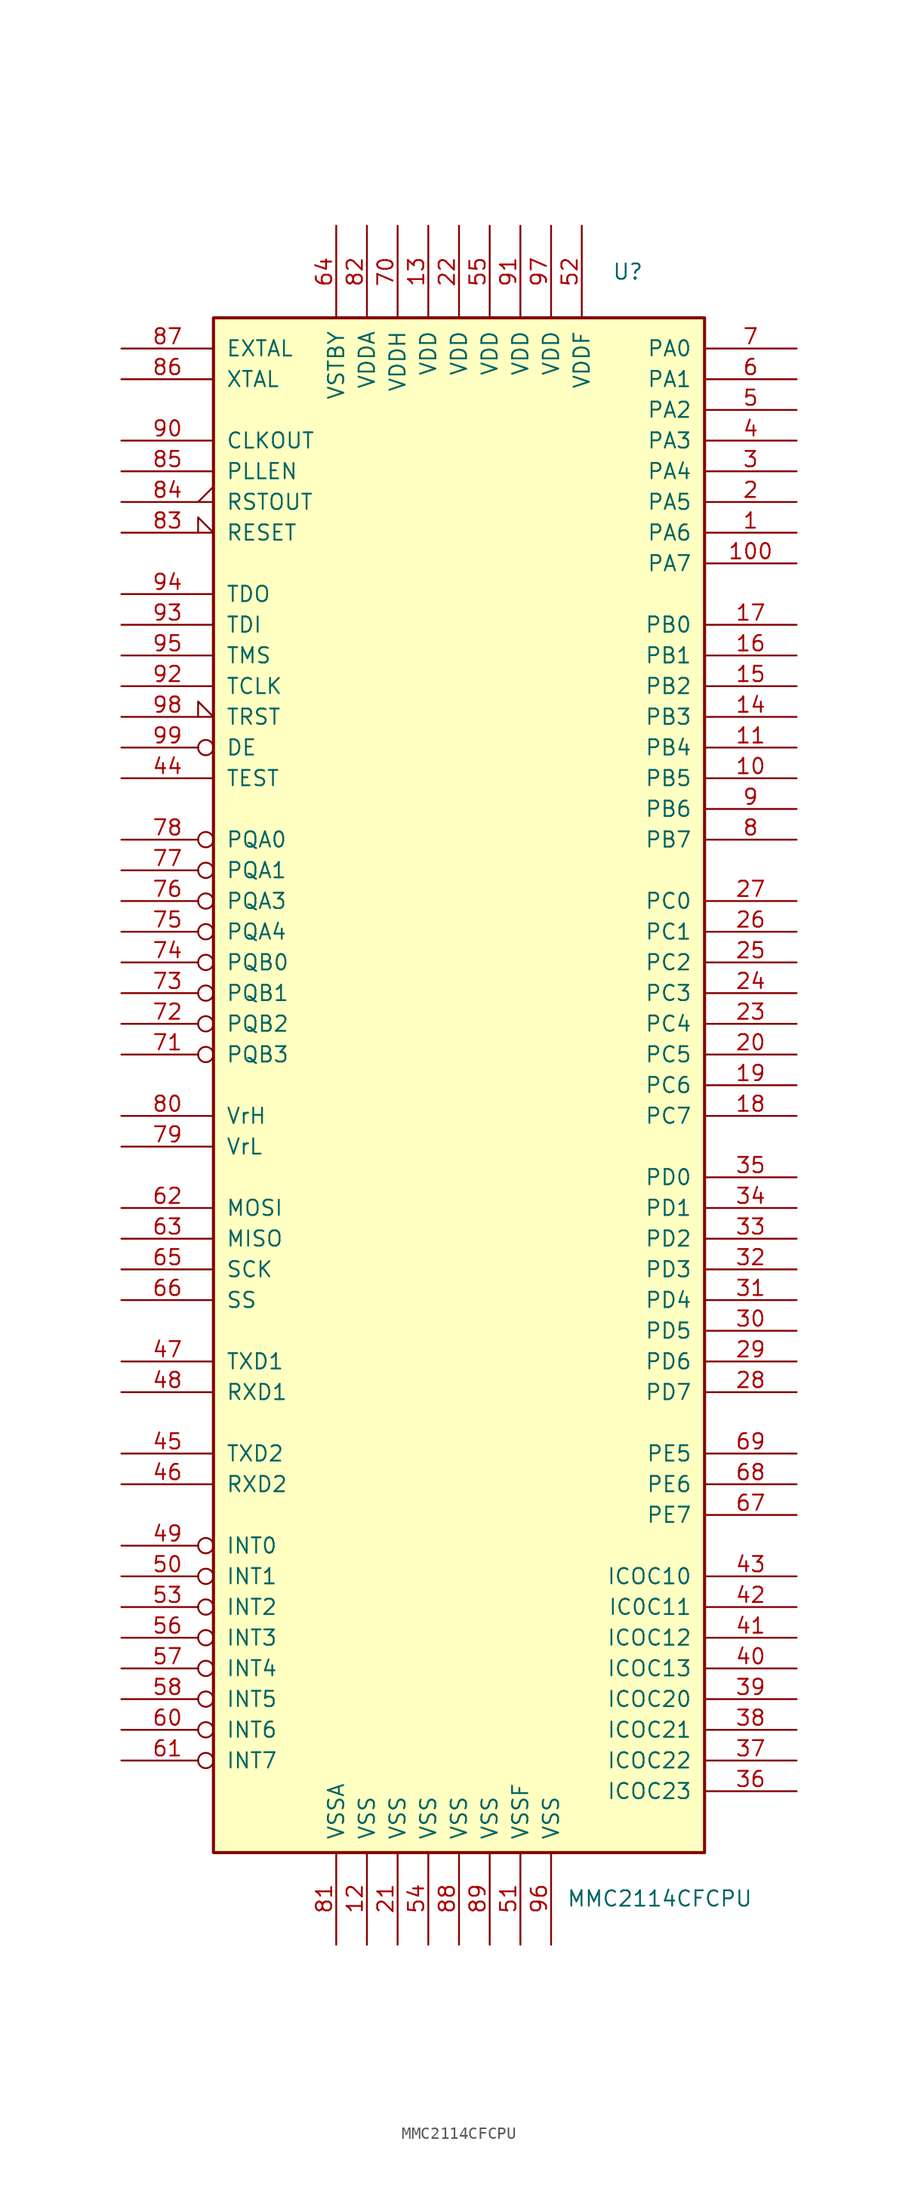
<source format=kicad_sym>
(kicad_symbol_lib
  (version 20201005)
  (generator kicad_symbol_editor)
  (symbol "MMC2114CFCPU"
    (pin_names
      (offset 1.016))
    (property "Reference" "U"
      (at 13.97 67.31 0)
      (effects (font (size 1.27 1.27))))
    (property "Value" "MMC2114CFCPU"
      (at 8.89 -67.31 0)
      (effects (font (size 1.27 1.27)) (justify left)))
    (symbol "MMC2114CFCPU_0_1"
      (rectangle (start -20.32 63.5) (end 20.32 -63.5) (stroke (width 0.254)) (fill (type background))))
    (symbol "MMC2114CFCPU_1_1"
      (pin bidirectional line (at 27.94 45.72 180) (length 7.62) (name "PA6" (effects (font (size 1.27 1.27)))) (number "1" (effects (font (size 1.27 1.27)))))
      (pin bidirectional line (at 27.94 25.4 180) (length 7.62) (name "PB5" (effects (font (size 1.27 1.27)))) (number "10" (effects (font (size 1.27 1.27)))))
      (pin bidirectional line (at 27.94 43.18 180) (length 7.62) (name "PA7" (effects (font (size 1.27 1.27)))) (number "100" (effects (font (size 1.27 1.27)))))
      (pin bidirectional line (at 27.94 27.94 180) (length 7.62) (name "PB4" (effects (font (size 1.27 1.27)))) (number "11" (effects (font (size 1.27 1.27)))))
      (pin power_in line (at -7.62 -71.12 90) (length 7.62) (name "VSS" (effects (font (size 1.27 1.27)))) (number "12" (effects (font (size 1.27 1.27)))))
      (pin power_in line (at -2.54 71.12 270) (length 7.62) (name "VDD" (effects (font (size 1.27 1.27)))) (number "13" (effects (font (size 1.27 1.27)))))
      (pin bidirectional line (at 27.94 30.48 180) (length 7.62) (name "PB3" (effects (font (size 1.27 1.27)))) (number "14" (effects (font (size 1.27 1.27)))))
      (pin bidirectional line (at 27.94 33.02 180) (length 7.62) (name "PB2" (effects (font (size 1.27 1.27)))) (number "15" (effects (font (size 1.27 1.27)))))
      (pin bidirectional line (at 27.94 35.56 180) (length 7.62) (name "PB1" (effects (font (size 1.27 1.27)))) (number "16" (effects (font (size 1.27 1.27)))))
      (pin bidirectional line (at 27.94 38.1 180) (length 7.62) (name "PB0" (effects (font (size 1.27 1.27)))) (number "17" (effects (font (size 1.27 1.27)))))
      (pin bidirectional line (at 27.94 -2.54 180) (length 7.62) (name "PC7" (effects (font (size 1.27 1.27)))) (number "18" (effects (font (size 1.27 1.27)))))
      (pin bidirectional line (at 27.94 0 180) (length 7.62) (name "PC6" (effects (font (size 1.27 1.27)))) (number "19" (effects (font (size 1.27 1.27)))))
      (pin bidirectional line (at 27.94 48.26 180) (length 7.62) (name "PA5" (effects (font (size 1.27 1.27)))) (number "2" (effects (font (size 1.27 1.27)))))
      (pin bidirectional line (at 27.94 2.54 180) (length 7.62) (name "PC5" (effects (font (size 1.27 1.27)))) (number "20" (effects (font (size 1.27 1.27)))))
      (pin power_in line (at -5.08 -71.12 90) (length 7.62) (name "VSS" (effects (font (size 1.27 1.27)))) (number "21" (effects (font (size 1.27 1.27)))))
      (pin power_in line (at 0 71.12 270) (length 7.62) (name "VDD" (effects (font (size 1.27 1.27)))) (number "22" (effects (font (size 1.27 1.27)))))
      (pin bidirectional line (at 27.94 5.08 180) (length 7.62) (name "PC4" (effects (font (size 1.27 1.27)))) (number "23" (effects (font (size 1.27 1.27)))))
      (pin bidirectional line (at 27.94 7.62 180) (length 7.62) (name "PC3" (effects (font (size 1.27 1.27)))) (number "24" (effects (font (size 1.27 1.27)))))
      (pin bidirectional line (at 27.94 10.16 180) (length 7.62) (name "PC2" (effects (font (size 1.27 1.27)))) (number "25" (effects (font (size 1.27 1.27)))))
      (pin bidirectional line (at 27.94 12.7 180) (length 7.62) (name "PC1" (effects (font (size 1.27 1.27)))) (number "26" (effects (font (size 1.27 1.27)))))
      (pin bidirectional line (at 27.94 15.24 180) (length 7.62) (name "PC0" (effects (font (size 1.27 1.27)))) (number "27" (effects (font (size 1.27 1.27)))))
      (pin bidirectional line (at 27.94 -25.4 180) (length 7.62) (name "PD7" (effects (font (size 1.27 1.27)))) (number "28" (effects (font (size 1.27 1.27)))))
      (pin bidirectional line (at 27.94 -22.86 180) (length 7.62) (name "PD6" (effects (font (size 1.27 1.27)))) (number "29" (effects (font (size 1.27 1.27)))))
      (pin bidirectional line (at 27.94 50.8 180) (length 7.62) (name "PA4" (effects (font (size 1.27 1.27)))) (number "3" (effects (font (size 1.27 1.27)))))
      (pin bidirectional line (at 27.94 -20.32 180) (length 7.62) (name "PD5" (effects (font (size 1.27 1.27)))) (number "30" (effects (font (size 1.27 1.27)))))
      (pin bidirectional line (at 27.94 -17.78 180) (length 7.62) (name "PD4" (effects (font (size 1.27 1.27)))) (number "31" (effects (font (size 1.27 1.27)))))
      (pin bidirectional line (at 27.94 -15.24 180) (length 7.62) (name "PD3" (effects (font (size 1.27 1.27)))) (number "32" (effects (font (size 1.27 1.27)))))
      (pin bidirectional line (at 27.94 -12.7 180) (length 7.62) (name "PD2" (effects (font (size 1.27 1.27)))) (number "33" (effects (font (size 1.27 1.27)))))
      (pin bidirectional line (at 27.94 -10.16 180) (length 7.62) (name "PD1" (effects (font (size 1.27 1.27)))) (number "34" (effects (font (size 1.27 1.27)))))
      (pin bidirectional line (at 27.94 -7.62 180) (length 7.62) (name "PD0" (effects (font (size 1.27 1.27)))) (number "35" (effects (font (size 1.27 1.27)))))
      (pin bidirectional line (at 27.94 -58.42 180) (length 7.62) (name "ICOC23" (effects (font (size 1.27 1.27)))) (number "36" (effects (font (size 1.27 1.27)))))
      (pin bidirectional line (at 27.94 -55.88 180) (length 7.62) (name "ICOC22" (effects (font (size 1.27 1.27)))) (number "37" (effects (font (size 1.27 1.27)))))
      (pin bidirectional line (at 27.94 -53.34 180) (length 7.62) (name "ICOC21" (effects (font (size 1.27 1.27)))) (number "38" (effects (font (size 1.27 1.27)))))
      (pin bidirectional line (at 27.94 -50.8 180) (length 7.62) (name "ICOC20" (effects (font (size 1.27 1.27)))) (number "39" (effects (font (size 1.27 1.27)))))
      (pin bidirectional line (at 27.94 53.34 180) (length 7.62) (name "PA3" (effects (font (size 1.27 1.27)))) (number "4" (effects (font (size 1.27 1.27)))))
      (pin bidirectional line (at 27.94 -48.26 180) (length 7.62) (name "ICOC13" (effects (font (size 1.27 1.27)))) (number "40" (effects (font (size 1.27 1.27)))))
      (pin bidirectional line (at 27.94 -45.72 180) (length 7.62) (name "ICOC12" (effects (font (size 1.27 1.27)))) (number "41" (effects (font (size 1.27 1.27)))))
      (pin bidirectional line (at 27.94 -43.18 180) (length 7.62) (name "IC0C11" (effects (font (size 1.27 1.27)))) (number "42" (effects (font (size 1.27 1.27)))))
      (pin bidirectional line (at 27.94 -40.64 180) (length 7.62) (name "ICOC10" (effects (font (size 1.27 1.27)))) (number "43" (effects (font (size 1.27 1.27)))))
      (pin bidirectional line (at -27.94 25.4 0) (length 7.62) (name "TEST" (effects (font (size 1.27 1.27)))) (number "44" (effects (font (size 1.27 1.27)))))
      (pin bidirectional line (at -27.94 -30.48 0) (length 7.62) (name "TXD2" (effects (font (size 1.27 1.27)))) (number "45" (effects (font (size 1.27 1.27)))))
      (pin bidirectional line (at -27.94 -33.02 0) (length 7.62) (name "RXD2" (effects (font (size 1.27 1.27)))) (number "46" (effects (font (size 1.27 1.27)))))
      (pin bidirectional line (at -27.94 -22.86 0) (length 7.62) (name "TXD1" (effects (font (size 1.27 1.27)))) (number "47" (effects (font (size 1.27 1.27)))))
      (pin bidirectional line (at -27.94 -25.4 0) (length 7.62) (name "RXD1" (effects (font (size 1.27 1.27)))) (number "48" (effects (font (size 1.27 1.27)))))
      (pin bidirectional inverted (at -27.94 -38.1 0) (length 7.62) (name "INT0" (effects (font (size 1.27 1.27)))) (number "49" (effects (font (size 1.27 1.27)))))
      (pin bidirectional line (at 27.94 55.88 180) (length 7.62) (name "PA2" (effects (font (size 1.27 1.27)))) (number "5" (effects (font (size 1.27 1.27)))))
      (pin bidirectional inverted (at -27.94 -40.64 0) (length 7.62) (name "INT1" (effects (font (size 1.27 1.27)))) (number "50" (effects (font (size 1.27 1.27)))))
      (pin power_in line (at 5.08 -71.12 90) (length 7.62) (name "VSSF" (effects (font (size 1.27 1.27)))) (number "51" (effects (font (size 1.27 1.27)))))
      (pin power_in line (at 10.16 71.12 270) (length 7.62) (name "VDDF" (effects (font (size 1.27 1.27)))) (number "52" (effects (font (size 1.27 1.27)))))
      (pin bidirectional inverted (at -27.94 -43.18 0) (length 7.62) (name "INT2" (effects (font (size 1.27 1.27)))) (number "53" (effects (font (size 1.27 1.27)))))
      (pin power_in line (at -2.54 -71.12 90) (length 7.62) (name "VSS" (effects (font (size 1.27 1.27)))) (number "54" (effects (font (size 1.27 1.27)))))
      (pin power_in line (at 2.54 71.12 270) (length 7.62) (name "VDD" (effects (font (size 1.27 1.27)))) (number "55" (effects (font (size 1.27 1.27)))))
      (pin bidirectional inverted (at -27.94 -45.72 0) (length 7.62) (name "INT3" (effects (font (size 1.27 1.27)))) (number "56" (effects (font (size 1.27 1.27)))))
      (pin bidirectional inverted (at -27.94 -48.26 0) (length 7.62) (name "INT4" (effects (font (size 1.27 1.27)))) (number "57" (effects (font (size 1.27 1.27)))))
      (pin bidirectional inverted (at -27.94 -50.8 0) (length 7.62) (name "INT5" (effects (font (size 1.27 1.27)))) (number "58" (effects (font (size 1.27 1.27)))))
      (pin bidirectional line (at 27.94 58.42 180) (length 7.62) (name "PA1" (effects (font (size 1.27 1.27)))) (number "6" (effects (font (size 1.27 1.27)))))
      (pin bidirectional inverted (at -27.94 -53.34 0) (length 7.62) (name "INT6" (effects (font (size 1.27 1.27)))) (number "60" (effects (font (size 1.27 1.27)))))
      (pin bidirectional inverted (at -27.94 -55.88 0) (length 7.62) (name "INT7" (effects (font (size 1.27 1.27)))) (number "61" (effects (font (size 1.27 1.27)))))
      (pin bidirectional line (at -27.94 -10.16 0) (length 7.62) (name "MOSI" (effects (font (size 1.27 1.27)))) (number "62" (effects (font (size 1.27 1.27)))))
      (pin bidirectional line (at -27.94 -12.7 0) (length 7.62) (name "MISO" (effects (font (size 1.27 1.27)))) (number "63" (effects (font (size 1.27 1.27)))))
      (pin power_in line (at -10.16 71.12 270) (length 7.62) (name "VSTBY" (effects (font (size 1.27 1.27)))) (number "64" (effects (font (size 1.27 1.27)))))
      (pin bidirectional line (at -27.94 -15.24 0) (length 7.62) (name "SCK" (effects (font (size 1.27 1.27)))) (number "65" (effects (font (size 1.27 1.27)))))
      (pin bidirectional line (at -27.94 -17.78 0) (length 7.62) (name "SS" (effects (font (size 1.27 1.27)))) (number "66" (effects (font (size 1.27 1.27)))))
      (pin bidirectional line (at 27.94 -35.56 180) (length 7.62) (name "PE7" (effects (font (size 1.27 1.27)))) (number "67" (effects (font (size 1.27 1.27)))))
      (pin bidirectional line (at 27.94 -33.02 180) (length 7.62) (name "PE6" (effects (font (size 1.27 1.27)))) (number "68" (effects (font (size 1.27 1.27)))))
      (pin bidirectional line (at 27.94 -30.48 180) (length 7.62) (name "PE5" (effects (font (size 1.27 1.27)))) (number "69" (effects (font (size 1.27 1.27)))))
      (pin bidirectional line (at 27.94 60.96 180) (length 7.62) (name "PA0" (effects (font (size 1.27 1.27)))) (number "7" (effects (font (size 1.27 1.27)))))
      (pin power_in line (at -5.08 71.12 270) (length 7.62) (name "VDDH" (effects (font (size 1.27 1.27)))) (number "70" (effects (font (size 1.27 1.27)))))
      (pin bidirectional inverted (at -27.94 2.54 0) (length 7.62) (name "PQB3" (effects (font (size 1.27 1.27)))) (number "71" (effects (font (size 1.27 1.27)))))
      (pin bidirectional inverted (at -27.94 5.08 0) (length 7.62) (name "PQB2" (effects (font (size 1.27 1.27)))) (number "72" (effects (font (size 1.27 1.27)))))
      (pin bidirectional inverted (at -27.94 7.62 0) (length 7.62) (name "PQB1" (effects (font (size 1.27 1.27)))) (number "73" (effects (font (size 1.27 1.27)))))
      (pin bidirectional inverted (at -27.94 10.16 0) (length 7.62) (name "PQB0" (effects (font (size 1.27 1.27)))) (number "74" (effects (font (size 1.27 1.27)))))
      (pin bidirectional inverted (at -27.94 12.7 0) (length 7.62) (name "PQA4" (effects (font (size 1.27 1.27)))) (number "75" (effects (font (size 1.27 1.27)))))
      (pin bidirectional inverted (at -27.94 15.24 0) (length 7.62) (name "PQA3" (effects (font (size 1.27 1.27)))) (number "76" (effects (font (size 1.27 1.27)))))
      (pin bidirectional inverted (at -27.94 17.78 0) (length 7.62) (name "PQA1" (effects (font (size 1.27 1.27)))) (number "77" (effects (font (size 1.27 1.27)))))
      (pin bidirectional inverted (at -27.94 20.32 0) (length 7.62) (name "PQA0" (effects (font (size 1.27 1.27)))) (number "78" (effects (font (size 1.27 1.27)))))
      (pin input line (at -27.94 -5.08 0) (length 7.62) (name "VrL" (effects (font (size 1.27 1.27)))) (number "79" (effects (font (size 1.27 1.27)))))
      (pin bidirectional line (at 27.94 20.32 180) (length 7.62) (name "PB7" (effects (font (size 1.27 1.27)))) (number "8" (effects (font (size 1.27 1.27)))))
      (pin input line (at -27.94 -2.54 0) (length 7.62) (name "VrH" (effects (font (size 1.27 1.27)))) (number "80" (effects (font (size 1.27 1.27)))))
      (pin power_in line (at -10.16 -71.12 90) (length 7.62) (name "VSSA" (effects (font (size 1.27 1.27)))) (number "81" (effects (font (size 1.27 1.27)))))
      (pin power_in line (at -7.62 71.12 270) (length 7.62) (name "VDDA" (effects (font (size 1.27 1.27)))) (number "82" (effects (font (size 1.27 1.27)))))
      (pin input input_low (at -27.94 45.72 0) (length 7.62) (name "RESET" (effects (font (size 1.27 1.27)))) (number "83" (effects (font (size 1.27 1.27)))))
      (pin output output_low (at -27.94 48.26 0) (length 7.62) (name "RSTOUT" (effects (font (size 1.27 1.27)))) (number "84" (effects (font (size 1.27 1.27)))))
      (pin input line (at -27.94 50.8 0) (length 7.62) (name "PLLEN" (effects (font (size 1.27 1.27)))) (number "85" (effects (font (size 1.27 1.27)))))
      (pin output line (at -27.94 58.42 0) (length 7.62) (name "XTAL" (effects (font (size 1.27 1.27)))) (number "86" (effects (font (size 1.27 1.27)))))
      (pin input line (at -27.94 60.96 0) (length 7.62) (name "EXTAL" (effects (font (size 1.27 1.27)))) (number "87" (effects (font (size 1.27 1.27)))))
      (pin power_in line (at 0 -71.12 90) (length 7.62) (name "VSS" (effects (font (size 1.27 1.27)))) (number "88" (effects (font (size 1.27 1.27)))))
      (pin power_in line (at 2.54 -71.12 90) (length 7.62) (name "VSS" (effects (font (size 1.27 1.27)))) (number "89" (effects (font (size 1.27 1.27)))))
      (pin bidirectional line (at 27.94 22.86 180) (length 7.62) (name "PB6" (effects (font (size 1.27 1.27)))) (number "9" (effects (font (size 1.27 1.27)))))
      (pin output line (at -27.94 53.34 0) (length 7.62) (name "CLKOUT" (effects (font (size 1.27 1.27)))) (number "90" (effects (font (size 1.27 1.27)))))
      (pin power_in line (at 5.08 71.12 270) (length 7.62) (name "VDD" (effects (font (size 1.27 1.27)))) (number "91" (effects (font (size 1.27 1.27)))))
      (pin input line (at -27.94 33.02 0) (length 7.62) (name "TCLK" (effects (font (size 1.27 1.27)))) (number "92" (effects (font (size 1.27 1.27)))))
      (pin input line (at -27.94 38.1 0) (length 7.62) (name "TDI" (effects (font (size 1.27 1.27)))) (number "93" (effects (font (size 1.27 1.27)))))
      (pin output line (at -27.94 40.64 0) (length 7.62) (name "TDO" (effects (font (size 1.27 1.27)))) (number "94" (effects (font (size 1.27 1.27)))))
      (pin input line (at -27.94 35.56 0) (length 7.62) (name "TMS" (effects (font (size 1.27 1.27)))) (number "95" (effects (font (size 1.27 1.27)))))
      (pin power_in line (at 7.62 -71.12 90) (length 7.62) (name "VSS" (effects (font (size 1.27 1.27)))) (number "96" (effects (font (size 1.27 1.27)))))
      (pin power_in line (at 7.62 71.12 270) (length 7.62) (name "VDD" (effects (font (size 1.27 1.27)))) (number "97" (effects (font (size 1.27 1.27)))))
      (pin input input_low (at -27.94 30.48 0) (length 7.62) (name "TRST" (effects (font (size 1.27 1.27)))) (number "98" (effects (font (size 1.27 1.27)))))
      (pin output inverted (at -27.94 27.94 0) (length 7.62) (name "DE" (effects (font (size 1.27 1.27)))) (number "99" (effects (font (size 1.27 1.27))))))))
</source>
